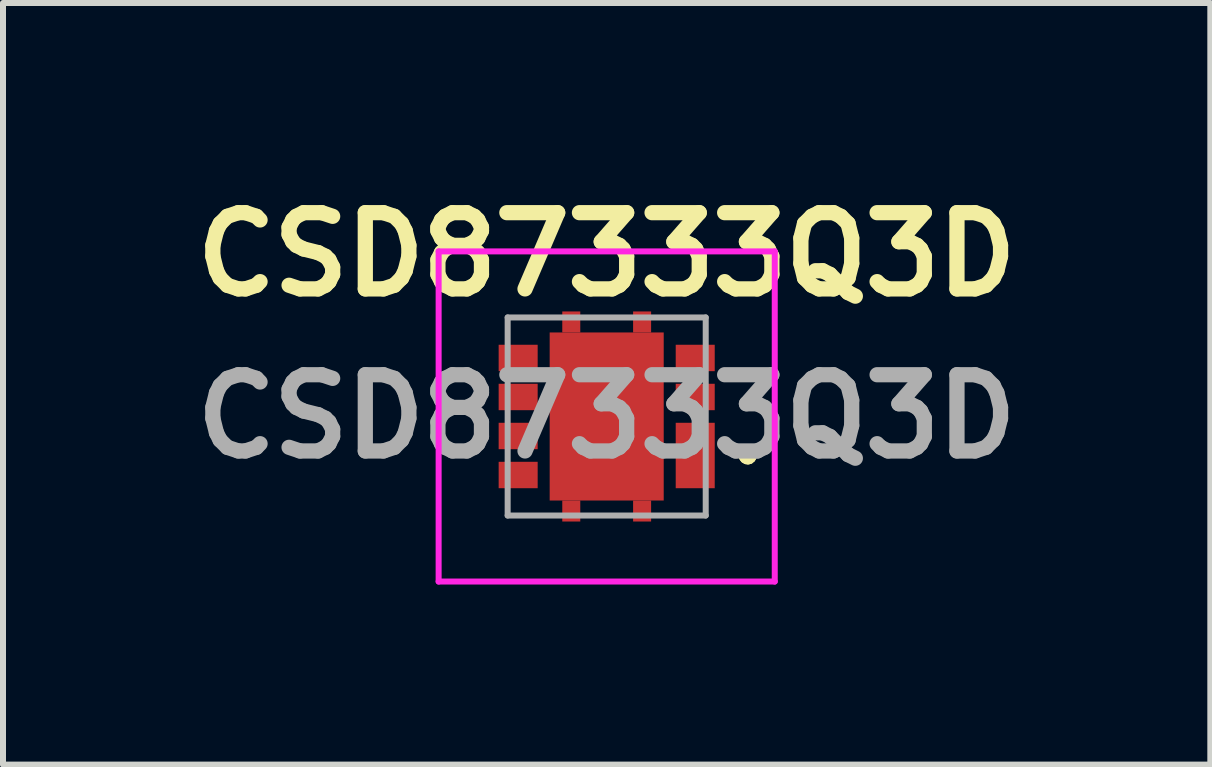
<source format=kicad_pcb>
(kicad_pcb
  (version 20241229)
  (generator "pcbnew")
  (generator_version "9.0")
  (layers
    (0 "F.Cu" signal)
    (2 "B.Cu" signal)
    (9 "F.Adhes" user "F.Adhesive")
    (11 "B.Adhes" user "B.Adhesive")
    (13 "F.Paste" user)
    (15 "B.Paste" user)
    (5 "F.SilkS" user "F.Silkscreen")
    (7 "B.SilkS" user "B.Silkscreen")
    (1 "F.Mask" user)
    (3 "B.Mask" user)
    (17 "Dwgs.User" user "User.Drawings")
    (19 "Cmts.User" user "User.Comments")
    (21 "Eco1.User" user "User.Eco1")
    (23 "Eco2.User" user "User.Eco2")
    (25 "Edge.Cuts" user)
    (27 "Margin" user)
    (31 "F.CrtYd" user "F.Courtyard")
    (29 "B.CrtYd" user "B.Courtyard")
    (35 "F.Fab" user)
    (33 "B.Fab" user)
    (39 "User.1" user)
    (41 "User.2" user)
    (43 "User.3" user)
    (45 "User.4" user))
  (footprint "CSD87333Q3D"
    (layer "F.Cu")
    (at 7.058 3.889)
    (property "Reference" "CSD87333Q3D" (at 0 -2.7 0) (layer "F.SilkS") (effects (font (size 1.27 1.27) (thickness 0.254))))
    (attr smd)
    (fp_line (start 2.3 0.65) (end 2.3 0.65) (stroke (width 0.2) (type solid)) (layer "F.SilkS"))
    (fp_line (start 2.3 0.65) (end 2.3 0.65) (stroke (width 0.2) (type solid)) (layer "F.SilkS"))
    (fp_line (start 2.4 0.65) (end 2.4 0.65) (stroke (width 0.2) (type solid)) (layer "F.SilkS"))
    (fp_arc (start 2.3 0.65) (mid 2.35 0.6) (end 2.4 0.65) (stroke (width 0.2) (type solid)) (layer "F.SilkS"))
    (fp_arc (start 2.4 0.65) (mid 2.35 0.7) (end 2.3 0.65) (stroke (width 0.2) (type solid)) (layer "F.SilkS"))
    (fp_arc (start 2.4 0.65) (mid 2.35 0.7) (end 2.3 0.65) (stroke (width 0.2) (type solid)) (layer "F.SilkS"))
    (fp_line (start -2.8 -2.75) (end 2.8 -2.75) (stroke (width 0.1) (type solid)) (layer "F.CrtYd"))
    (fp_line (start -2.8 2.75) (end -2.8 -2.75) (stroke (width 0.1) (type solid)) (layer "F.CrtYd"))
    (fp_line (start 2.8 -2.75) (end 2.8 2.75) (stroke (width 0.1) (type solid)) (layer "F.CrtYd"))
    (fp_line (start 2.8 2.75) (end -2.8 2.75) (stroke (width 0.1) (type solid)) (layer "F.CrtYd"))
    (fp_line (start -1.65 -1.65) (end -1.65 1.65) (stroke (width 0.1) (type solid)) (layer "F.Fab"))
    (fp_line (start -1.65 1.65) (end 1.65 1.65) (stroke (width 0.1) (type solid)) (layer "F.Fab"))
    (fp_line (start 1.65 -1.65) (end -1.65 -1.65) (stroke (width 0.1) (type solid)) (layer "F.Fab"))
    (fp_line (start 1.65 1.65) (end 1.65 -1.65) (stroke (width 0.1) (type solid)) (layer "F.Fab"))
    (fp_text user "${REFERENCE}" (at 0 0 0) (layer "F.Fab") (effects (font (size 1.27 1.27) (thickness 0.254))))
    (pad "1" smd rect (at 1.475 0.65) (size 0.65 1.09) (layers "F.Cu" "F.Mask" "F.Paste"))
    (pad "3" smd rect (at 1.475 -0.325 90) (size 0.44 0.65) (layers "F.Cu" "F.Mask" "F.Paste"))
    (pad "4" smd rect (at 1.475 -0.975 90) (size 0.44 0.65) (layers "F.Cu" "F.Mask" "F.Paste"))
    (pad "5" smd rect (at -1.475 -0.975 90) (size 0.44 0.65) (layers "F.Cu" "F.Mask" "F.Paste"))
    (pad "6" smd rect (at -1.475 -0.325 90) (size 0.44 0.65) (layers "F.Cu" "F.Mask" "F.Paste"))
    (pad "7" smd rect (at -1.475 0.325 90) (size 0.44 0.65) (layers "F.Cu" "F.Mask" "F.Paste"))
    (pad "8" smd rect (at -1.475 0.975 90) (size 0.44 0.65) (layers "F.Cu" "F.Mask" "F.Paste"))
    (pad "9" smd rect (at 0 0) (size 1.9 2.8) (layers "F.Cu" "F.Mask" "F.Paste"))
    (pad "10" smd rect (at 0.59 -1.575) (size 0.3 0.35) (layers "F.Cu" "F.Mask" "F.Paste"))
    (pad "11" smd rect (at -0.59 -1.575) (size 0.3 0.35) (layers "F.Cu" "F.Mask" "F.Paste"))
    (pad "12" smd rect (at -0.59 1.575) (size 0.3 0.35) (layers "F.Cu" "F.Mask" "F.Paste"))
    (pad "13" smd rect (at 0.59 1.575) (size 0.3 0.35) (layers "F.Cu" "F.Mask" "F.Paste")))
  (gr_rect
    (start -3 -3)
    (end 17.115 9.689)
    (stroke (width 0.1) (type default))
    (fill no)
    (layer "Edge.Cuts")))
</source>
